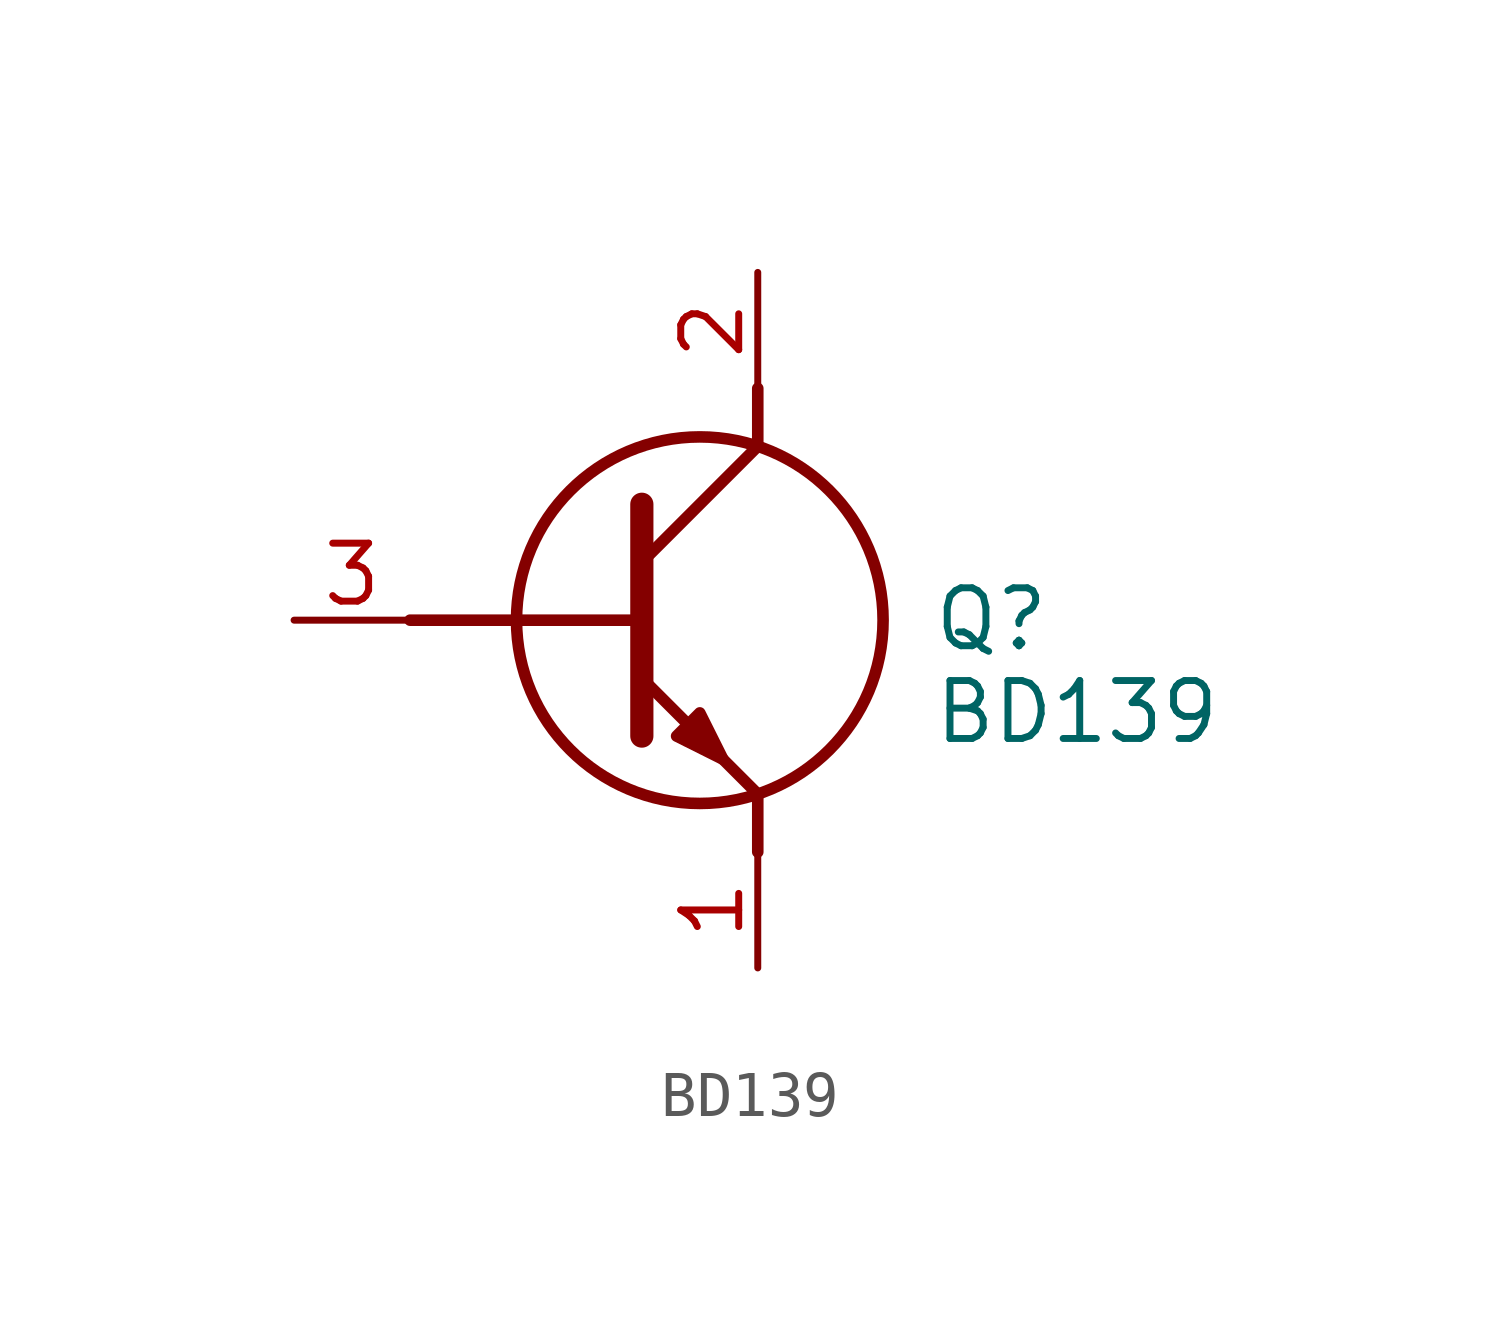
<source format=kicad_sym>
(kicad_symbol_lib
  (version 20231120)
  (generator "kicad_symbol_editor")
  (generator_version "8.0")
  (symbol "BD139"
    (pin_names hide)
    (property "Reference" "Q"
      (at 3.81 0.762 0)
      (effects (font (size 1.27 1.27)) (justify left top)))
    (property "Value" "BD139"
      (at 3.81 -1.27 0)
      (effects (font (size 1.27 1.27)) (justify left top)))
    (symbol "BD139_1_1"
      (circle (center -1.27 0) (radius 4.016) (stroke (width 0.254) (type default)) (fill (type none)))
      (polyline (pts (xy -7.62 0) (xy -2.54 0)) (stroke (width 0.254) (type default)) (fill (type none)))
      (polyline (pts (xy -2.54 -1.27) (xy 0 -3.81)) (stroke (width 0.254) (type default)) (fill (type none)))
      (polyline (pts (xy -2.54 1.27) (xy 0 3.81)) (stroke (width 0.254) (type default)) (fill (type none)))
      (polyline (pts (xy -2.54 2.54) (xy -2.54 -2.54)) (stroke (width 0.508) (type default)) (fill (type none)))
      (polyline (pts (xy 0 -3.81) (xy 0 -5.08)) (stroke (width 0.254) (type default)) (fill (type none)))
      (polyline (pts (xy 0 3.81) (xy 0 5.08)) (stroke (width 0.254) (type default)) (fill (type none)))
      (polyline (pts (xy -1.778 -2.54) (xy -1.27 -2.032) (xy -0.762 -3.048) (xy -1.778 -2.54)) (stroke (width 0.254) (type default)) (fill (type outline)))
      (pin passive line (at 0 -7.62 90) (length 2.54) (name "E" (effects (font (size 1.27 1.27)))) (number "1" (effects (font (size 1.27 1.27)))))
      (pin passive line (at 0 7.62 270) (length 2.54) (name "C" (effects (font (size 1.27 1.27)))) (number "2" (effects (font (size 1.27 1.27)))))
      (pin passive line (at -10.16 0 0) (length 2.54) (name "B" (effects (font (size 1.27 1.27)))) (number "3" (effects (font (size 1.27 1.27))))))))
</source>
